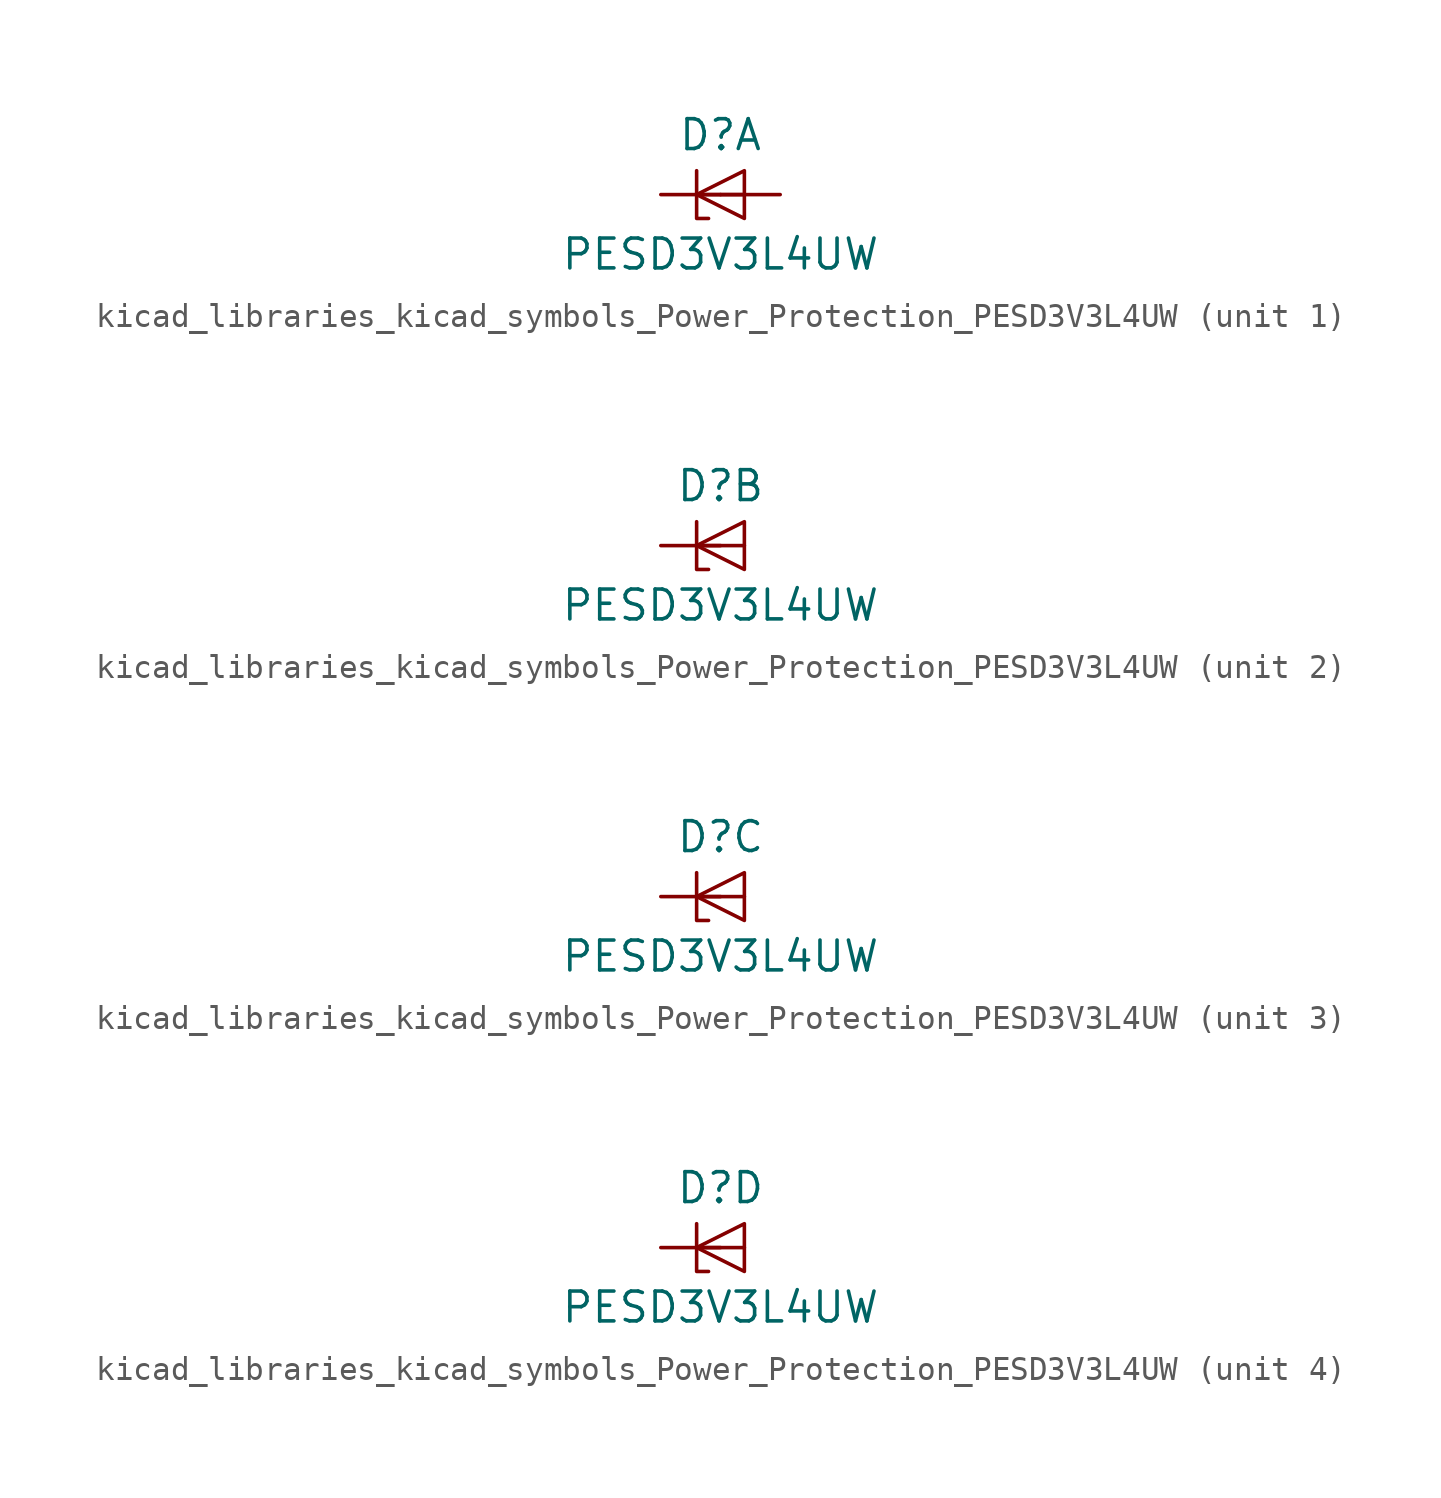
<source format=kicad_sym>
(kicad_symbol_lib
  (version 20220914)
  (generator kicad_symbol_editor)
  (symbol "kicad_libraries_kicad_symbols_Power_Protection_PESD3V3L4UW"
    (pin_numbers hide)
    (pin_names hide)
    (property "Reference" "D"
      (at 0 2.54 0)
      (effects (font (size 1.27 1.27))))
    (property "Value" "PESD3V3L4UW"
      (at 0 -2.54 0)
      (effects (font (size 1.27 1.27))))
    (property "ki_locked" ""
      (at 0 0 0)
      (effects (font (size 1.27 1.27))))
    (symbol "kicad_libraries_kicad_symbols_Power_Protection_PESD3V3L4UW_0_1"
      (polyline (pts (xy -1.016 0) (xy 1.016 0)) (stroke (width 0) (type default)) (fill (type none)))
      (polyline (pts (xy -1.016 1.016) (xy -1.016 -1.016) (xy -0.508 -1.016)) (stroke (width 0) (type default)) (fill (type none)))
      (polyline (pts (xy 1.016 1.016) (xy -1.016 0) (xy 1.016 -1.016) (xy 1.016 1.016)) (stroke (width 0) (type default)) (fill (type none))))
    (symbol "kicad_libraries_kicad_symbols_Power_Protection_PESD3V3L4UW_1_1"
      (pin passive line (at -2.54 0 0) (length 2.54) (name "K1" (effects (font (size 1.27 1.27)))) (number "1" (effects (font (size 1.27 1.27)))))
      (pin passive line (at 2.54 0 180) (length 2.54) (name "A" (effects (font (size 1.27 1.27)))) (number "2" (effects (font (size 1.27 1.27))))))
    (symbol "kicad_libraries_kicad_symbols_Power_Protection_PESD3V3L4UW_2_1"
      (pin passive line (at -2.54 0 0) (length 2.54) (name "K2" (effects (font (size 1.27 1.27)))) (number "3" (effects (font (size 1.27 1.27))))))
    (symbol "kicad_libraries_kicad_symbols_Power_Protection_PESD3V3L4UW_3_1"
      (pin passive line (at -2.54 0 0) (length 2.54) (name "K3" (effects (font (size 1.27 1.27)))) (number "4" (effects (font (size 1.27 1.27))))))
    (symbol "kicad_libraries_kicad_symbols_Power_Protection_PESD3V3L4UW_4_1"
      (pin passive line (at -2.54 0 0) (length 2.54) (name "K4" (effects (font (size 1.27 1.27)))) (number "5" (effects (font (size 1.27 1.27))))))))
</source>
